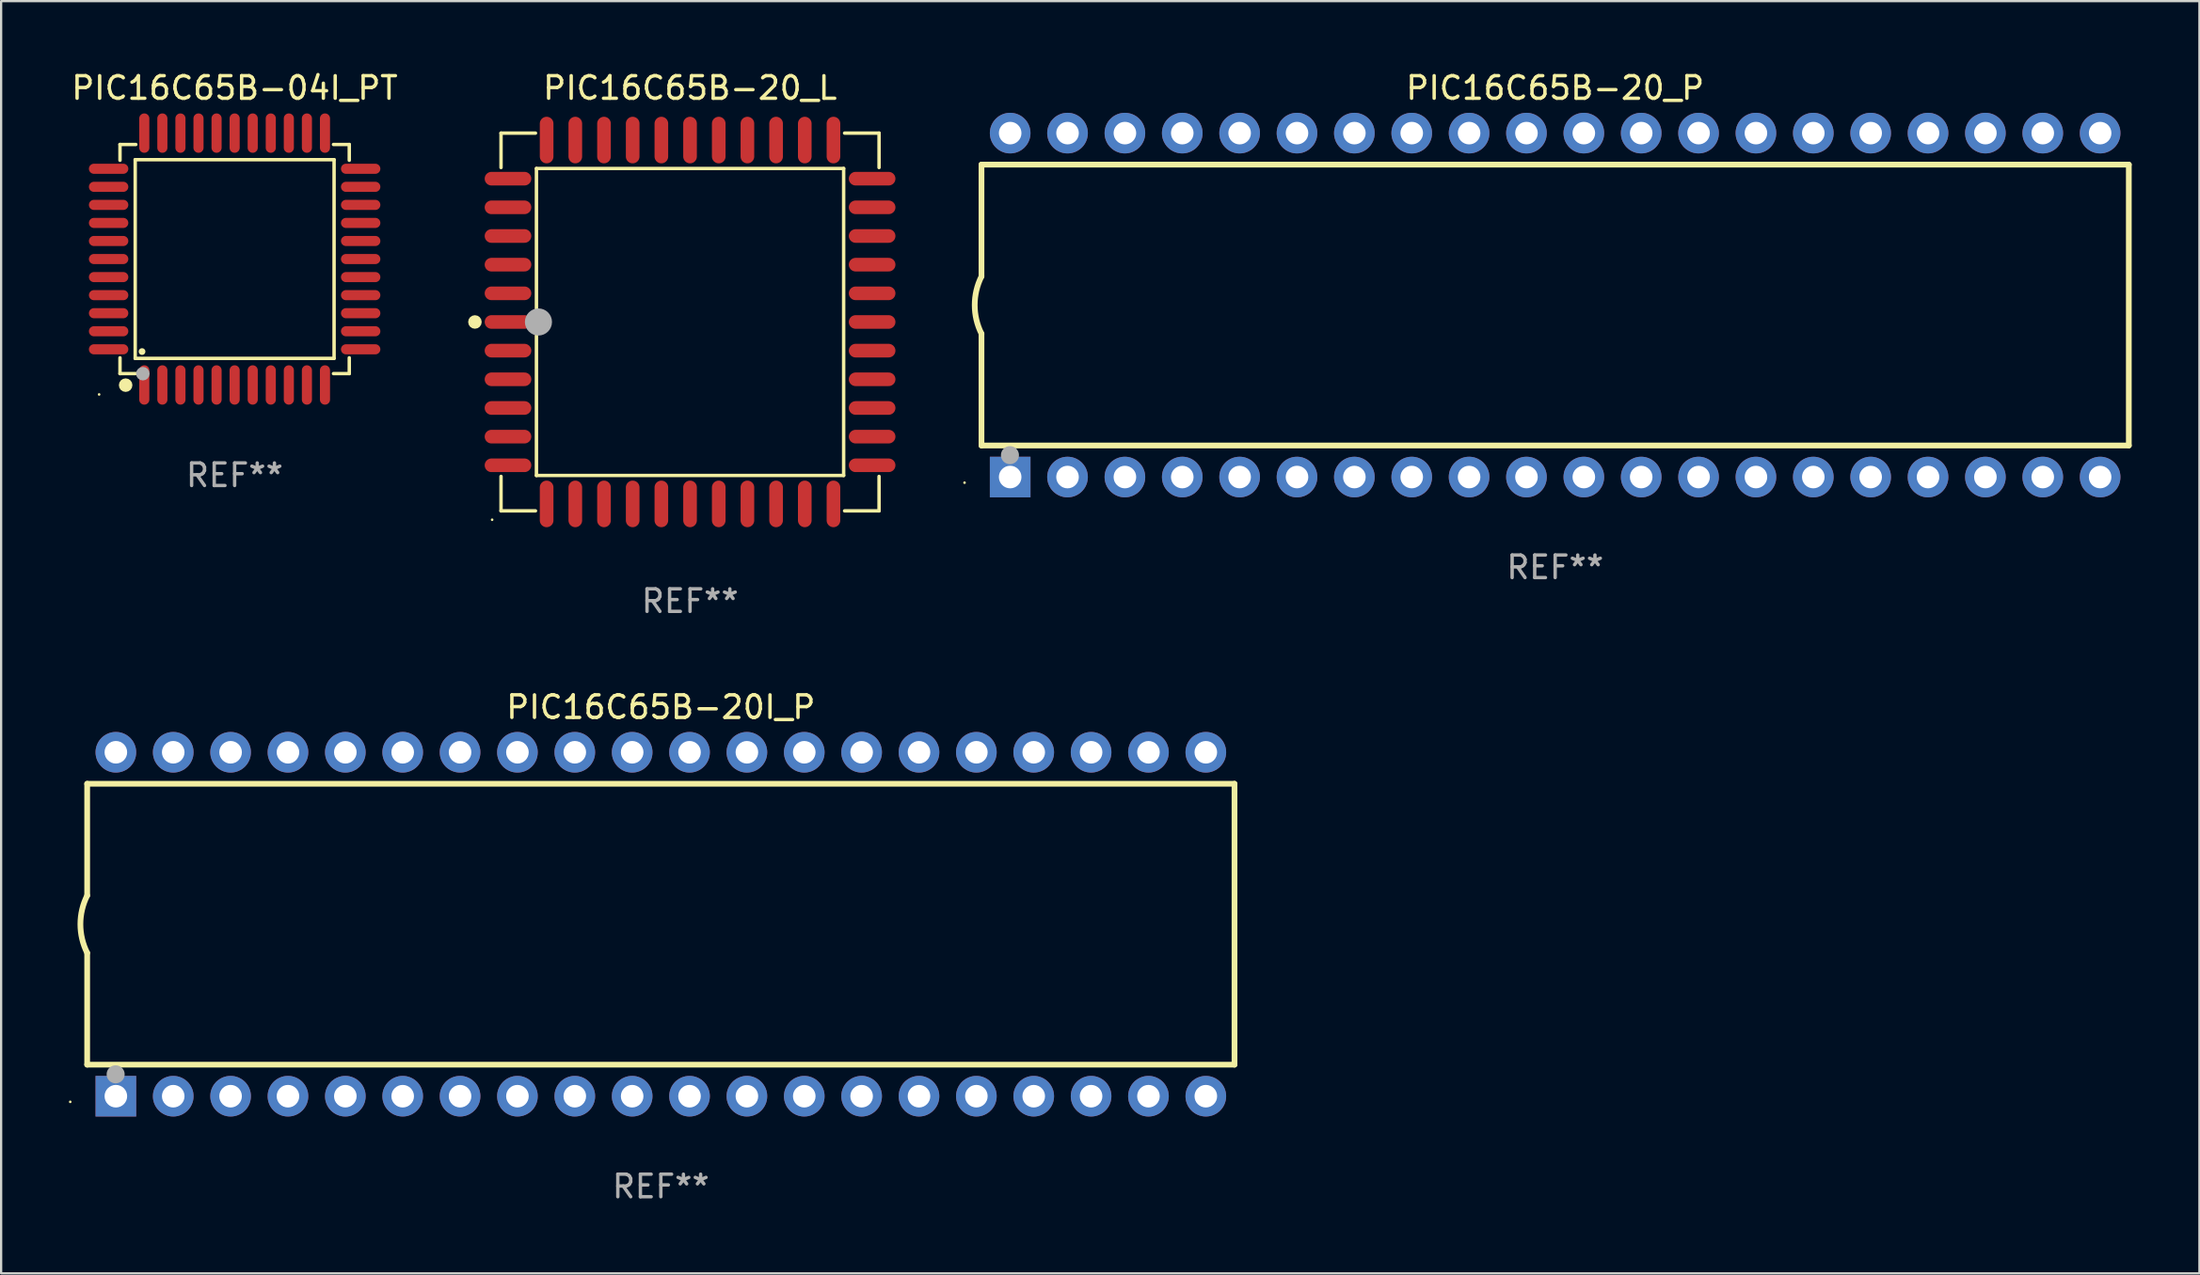
<source format=kicad_pcb>
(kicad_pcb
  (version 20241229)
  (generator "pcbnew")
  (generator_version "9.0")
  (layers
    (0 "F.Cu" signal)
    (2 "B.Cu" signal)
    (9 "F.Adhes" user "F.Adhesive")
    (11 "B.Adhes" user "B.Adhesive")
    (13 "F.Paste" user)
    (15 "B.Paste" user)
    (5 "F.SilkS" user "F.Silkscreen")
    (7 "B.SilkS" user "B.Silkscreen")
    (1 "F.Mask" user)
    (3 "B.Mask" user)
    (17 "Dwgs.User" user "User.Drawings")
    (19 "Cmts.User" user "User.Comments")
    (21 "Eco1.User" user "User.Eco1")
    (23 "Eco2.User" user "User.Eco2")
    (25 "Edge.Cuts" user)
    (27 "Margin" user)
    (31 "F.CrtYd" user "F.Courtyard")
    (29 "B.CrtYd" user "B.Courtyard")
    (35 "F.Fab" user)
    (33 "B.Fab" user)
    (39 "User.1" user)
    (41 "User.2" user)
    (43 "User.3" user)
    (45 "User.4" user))
  (footprint "PIC16C65B-20_P"
    (layer "F.Cu")
    (at 65.807 10.468)
    (property "Reference" "PIC16C65B-20_P" (at 0 -9.62 0) (layer "F.SilkS") (effects (font (size 1 1) (thickness 0.15))))
    (attr through_hole)
    (fp_line (start -25.4 -6.224) (end -25.4 -1.271) (stroke (width 0.254) (type solid)) (layer "F.SilkS"))
    (fp_line (start -25.4 -6.224) (end 25.4 -6.224) (stroke (width 0.254) (type solid)) (layer "F.SilkS"))
    (fp_line (start -25.4 1.269) (end -25.4 6.222) (stroke (width 0.254) (type solid)) (layer "F.SilkS"))
    (fp_line (start -25.4 6.222) (end 25.4 6.222) (stroke (width 0.254) (type solid)) (layer "F.SilkS"))
    (fp_line (start 25.4 6.222) (end 25.4 -6.224) (stroke (width 0.254) (type solid)) (layer "F.SilkS"))
    (fp_arc (start -25.4 1.269241) (mid -25.699807 -0.000762) (end -25.4 -1.270765) (stroke (width 0.254001) (type solid)) (layer "F.SilkS"))
    (fp_circle (center -26.15 7.87) (end -26.12 7.87) (stroke (width 0.06) (type solid)) (fill no) (layer "F.SilkS"))
    (fp_circle (center -24.14 6.65) (end -23.94 6.65) (stroke (width 0.4) (type solid)) (fill no) (layer "F.Fab"))
    (fp_text user "REF**" (at 0 11.62 0) (layer "F.Fab") (effects (font (size 1 1) (thickness 0.15))))
    (pad "1" thru_hole rect (at -24.13 7.62 90) (size 1.8 1.8) (drill 1) (layers "*.Cu" "*.Mask"))
    (pad "2" thru_hole circle (at -21.59 7.62) (size 1.8 1.8) (drill 1) (layers "*.Cu" "*.Mask"))
    (pad "3" thru_hole circle (at -19.05 7.62) (size 1.8 1.8) (drill 1) (layers "*.Cu" "*.Mask"))
    (pad "4" thru_hole circle (at -16.51 7.62) (size 1.8 1.8) (drill 1) (layers "*.Cu" "*.Mask"))
    (pad "5" thru_hole circle (at -13.97 7.62) (size 1.8 1.8) (drill 1) (layers "*.Cu" "*.Mask"))
    (pad "6" thru_hole circle (at -11.43 7.62) (size 1.8 1.8) (drill 1) (layers "*.Cu" "*.Mask"))
    (pad "7" thru_hole circle (at -8.89 7.62) (size 1.8 1.8) (drill 1) (layers "*.Cu" "*.Mask"))
    (pad "8" thru_hole circle (at -6.35 7.62) (size 1.8 1.8) (drill 1) (layers "*.Cu" "*.Mask"))
    (pad "9" thru_hole circle (at -3.81 7.62) (size 1.8 1.8) (drill 1) (layers "*.Cu" "*.Mask"))
    (pad "10" thru_hole circle (at -1.27 7.62) (size 1.8 1.8) (drill 1) (layers "*.Cu" "*.Mask"))
    (pad "11" thru_hole circle (at 1.27 7.62) (size 1.8 1.8) (drill 1) (layers "*.Cu" "*.Mask"))
    (pad "12" thru_hole circle (at 3.81 7.62) (size 1.8 1.8) (drill 1) (layers "*.Cu" "*.Mask"))
    (pad "13" thru_hole circle (at 6.35 7.62) (size 1.8 1.8) (drill 1) (layers "*.Cu" "*.Mask"))
    (pad "14" thru_hole circle (at 8.89 7.62) (size 1.8 1.8) (drill 1) (layers "*.Cu" "*.Mask"))
    (pad "15" thru_hole circle (at 11.43 7.62) (size 1.8 1.8) (drill 1) (layers "*.Cu" "*.Mask"))
    (pad "16" thru_hole circle (at 13.97 7.62) (size 1.8 1.8) (drill 1) (layers "*.Cu" "*.Mask"))
    (pad "17" thru_hole circle (at 16.51 7.62) (size 1.8 1.8) (drill 1) (layers "*.Cu" "*.Mask"))
    (pad "18" thru_hole circle (at 19.05 7.62) (size 1.8 1.8) (drill 1) (layers "*.Cu" "*.Mask"))
    (pad "19" thru_hole circle (at 21.59 7.62) (size 1.8 1.8) (drill 1) (layers "*.Cu" "*.Mask"))
    (pad "20" thru_hole circle (at 24.13 7.62) (size 1.8 1.8) (drill 1) (layers "*.Cu" "*.Mask"))
    (pad "21" thru_hole circle (at 24.13 -7.62) (size 1.8 1.8) (drill 1) (layers "*.Cu" "*.Mask"))
    (pad "22" thru_hole circle (at 21.59 -7.62) (size 1.8 1.8) (drill 1) (layers "*.Cu" "*.Mask"))
    (pad "23" thru_hole circle (at 19.05 -7.62) (size 1.8 1.8) (drill 1) (layers "*.Cu" "*.Mask"))
    (pad "24" thru_hole circle (at 16.51 -7.62) (size 1.8 1.8) (drill 1) (layers "*.Cu" "*.Mask"))
    (pad "25" thru_hole circle (at 13.97 -7.62) (size 1.8 1.8) (drill 1) (layers "*.Cu" "*.Mask"))
    (pad "26" thru_hole circle (at 11.43 -7.62) (size 1.8 1.8) (drill 1) (layers "*.Cu" "*.Mask"))
    (pad "27" thru_hole circle (at 8.89 -7.62) (size 1.8 1.8) (drill 1) (layers "*.Cu" "*.Mask"))
    (pad "28" thru_hole circle (at 6.35 -7.62) (size 1.8 1.8) (drill 1) (layers "*.Cu" "*.Mask"))
    (pad "29" thru_hole circle (at 3.81 -7.62) (size 1.8 1.8) (drill 1) (layers "*.Cu" "*.Mask"))
    (pad "30" thru_hole circle (at 1.27 -7.62) (size 1.8 1.8) (drill 1) (layers "*.Cu" "*.Mask"))
    (pad "31" thru_hole circle (at -1.27 -7.62) (size 1.8 1.8) (drill 1) (layers "*.Cu" "*.Mask"))
    (pad "32" thru_hole circle (at -3.81 -7.62) (size 1.8 1.8) (drill 1) (layers "*.Cu" "*.Mask"))
    (pad "33" thru_hole circle (at -6.35 -7.62) (size 1.8 1.8) (drill 1) (layers "*.Cu" "*.Mask"))
    (pad "34" thru_hole circle (at -8.89 -7.62) (size 1.8 1.8) (drill 1) (layers "*.Cu" "*.Mask"))
    (pad "35" thru_hole circle (at -11.43 -7.62) (size 1.8 1.8) (drill 1) (layers "*.Cu" "*.Mask"))
    (pad "36" thru_hole circle (at -13.97 -7.62) (size 1.8 1.8) (drill 1) (layers "*.Cu" "*.Mask"))
    (pad "37" thru_hole circle (at -16.51 -7.62) (size 1.8 1.8) (drill 1) (layers "*.Cu" "*.Mask"))
    (pad "38" thru_hole circle (at -19.05 -7.62) (size 1.8 1.8) (drill 1) (layers "*.Cu" "*.Mask"))
    (pad "39" thru_hole circle (at -21.59 -7.62) (size 1.8 1.8) (drill 1) (layers "*.Cu" "*.Mask"))
    (pad "40" thru_hole circle (at -24.13 -7.62) (size 1.8 1.8) (drill 1) (layers "*.Cu" "*.Mask")))
  (footprint "PIC16C65B-20I_P"
    (layer "F.Cu")
    (at 26.21 37.903)
    (property "Reference" "PIC16C65B-20I_P" (at 0 -9.62 0) (layer "F.SilkS") (effects (font (size 1 1) (thickness 0.15))))
    (attr through_hole)
    (fp_line (start -25.4 -6.224) (end -25.4 -1.271) (stroke (width 0.254) (type solid)) (layer "F.SilkS"))
    (fp_line (start -25.4 -6.224) (end 25.4 -6.224) (stroke (width 0.254) (type solid)) (layer "F.SilkS"))
    (fp_line (start -25.4 1.269) (end -25.4 6.222) (stroke (width 0.254) (type solid)) (layer "F.SilkS"))
    (fp_line (start -25.4 6.222) (end 25.4 6.222) (stroke (width 0.254) (type solid)) (layer "F.SilkS"))
    (fp_line (start 25.4 6.222) (end 25.4 -6.224) (stroke (width 0.254) (type solid)) (layer "F.SilkS"))
    (fp_arc (start -25.4 1.269241) (mid -25.699807 -0.000762) (end -25.4 -1.270765) (stroke (width 0.254001) (type solid)) (layer "F.SilkS"))
    (fp_circle (center -26.15 7.87) (end -26.12 7.87) (stroke (width 0.06) (type solid)) (fill no) (layer "F.SilkS"))
    (fp_circle (center -24.14 6.65) (end -23.94 6.65) (stroke (width 0.4) (type solid)) (fill no) (layer "F.Fab"))
    (fp_text user "REF**" (at 0 11.62 0) (layer "F.Fab") (effects (font (size 1 1) (thickness 0.15))))
    (pad "1" thru_hole rect (at -24.13 7.62 90) (size 1.8 1.8) (drill 1) (layers "*.Cu" "*.Mask"))
    (pad "2" thru_hole circle (at -21.59 7.62) (size 1.8 1.8) (drill 1) (layers "*.Cu" "*.Mask"))
    (pad "3" thru_hole circle (at -19.05 7.62) (size 1.8 1.8) (drill 1) (layers "*.Cu" "*.Mask"))
    (pad "4" thru_hole circle (at -16.51 7.62) (size 1.8 1.8) (drill 1) (layers "*.Cu" "*.Mask"))
    (pad "5" thru_hole circle (at -13.97 7.62) (size 1.8 1.8) (drill 1) (layers "*.Cu" "*.Mask"))
    (pad "6" thru_hole circle (at -11.43 7.62) (size 1.8 1.8) (drill 1) (layers "*.Cu" "*.Mask"))
    (pad "7" thru_hole circle (at -8.89 7.62) (size 1.8 1.8) (drill 1) (layers "*.Cu" "*.Mask"))
    (pad "8" thru_hole circle (at -6.35 7.62) (size 1.8 1.8) (drill 1) (layers "*.Cu" "*.Mask"))
    (pad "9" thru_hole circle (at -3.81 7.62) (size 1.8 1.8) (drill 1) (layers "*.Cu" "*.Mask"))
    (pad "10" thru_hole circle (at -1.27 7.62) (size 1.8 1.8) (drill 1) (layers "*.Cu" "*.Mask"))
    (pad "11" thru_hole circle (at 1.27 7.62) (size 1.8 1.8) (drill 1) (layers "*.Cu" "*.Mask"))
    (pad "12" thru_hole circle (at 3.81 7.62) (size 1.8 1.8) (drill 1) (layers "*.Cu" "*.Mask"))
    (pad "13" thru_hole circle (at 6.35 7.62) (size 1.8 1.8) (drill 1) (layers "*.Cu" "*.Mask"))
    (pad "14" thru_hole circle (at 8.89 7.62) (size 1.8 1.8) (drill 1) (layers "*.Cu" "*.Mask"))
    (pad "15" thru_hole circle (at 11.43 7.62) (size 1.8 1.8) (drill 1) (layers "*.Cu" "*.Mask"))
    (pad "16" thru_hole circle (at 13.97 7.62) (size 1.8 1.8) (drill 1) (layers "*.Cu" "*.Mask"))
    (pad "17" thru_hole circle (at 16.51 7.62) (size 1.8 1.8) (drill 1) (layers "*.Cu" "*.Mask"))
    (pad "18" thru_hole circle (at 19.05 7.62) (size 1.8 1.8) (drill 1) (layers "*.Cu" "*.Mask"))
    (pad "19" thru_hole circle (at 21.59 7.62) (size 1.8 1.8) (drill 1) (layers "*.Cu" "*.Mask"))
    (pad "20" thru_hole circle (at 24.13 7.62) (size 1.8 1.8) (drill 1) (layers "*.Cu" "*.Mask"))
    (pad "21" thru_hole circle (at 24.13 -7.62) (size 1.8 1.8) (drill 1) (layers "*.Cu" "*.Mask"))
    (pad "22" thru_hole circle (at 21.59 -7.62) (size 1.8 1.8) (drill 1) (layers "*.Cu" "*.Mask"))
    (pad "23" thru_hole circle (at 19.05 -7.62) (size 1.8 1.8) (drill 1) (layers "*.Cu" "*.Mask"))
    (pad "24" thru_hole circle (at 16.51 -7.62) (size 1.8 1.8) (drill 1) (layers "*.Cu" "*.Mask"))
    (pad "25" thru_hole circle (at 13.97 -7.62) (size 1.8 1.8) (drill 1) (layers "*.Cu" "*.Mask"))
    (pad "26" thru_hole circle (at 11.43 -7.62) (size 1.8 1.8) (drill 1) (layers "*.Cu" "*.Mask"))
    (pad "27" thru_hole circle (at 8.89 -7.62) (size 1.8 1.8) (drill 1) (layers "*.Cu" "*.Mask"))
    (pad "28" thru_hole circle (at 6.35 -7.62) (size 1.8 1.8) (drill 1) (layers "*.Cu" "*.Mask"))
    (pad "29" thru_hole circle (at 3.81 -7.62) (size 1.8 1.8) (drill 1) (layers "*.Cu" "*.Mask"))
    (pad "30" thru_hole circle (at 1.27 -7.62) (size 1.8 1.8) (drill 1) (layers "*.Cu" "*.Mask"))
    (pad "31" thru_hole circle (at -1.27 -7.62) (size 1.8 1.8) (drill 1) (layers "*.Cu" "*.Mask"))
    (pad "32" thru_hole circle (at -3.81 -7.62) (size 1.8 1.8) (drill 1) (layers "*.Cu" "*.Mask"))
    (pad "33" thru_hole circle (at -6.35 -7.62) (size 1.8 1.8) (drill 1) (layers "*.Cu" "*.Mask"))
    (pad "34" thru_hole circle (at -8.89 -7.62) (size 1.8 1.8) (drill 1) (layers "*.Cu" "*.Mask"))
    (pad "35" thru_hole circle (at -11.43 -7.62) (size 1.8 1.8) (drill 1) (layers "*.Cu" "*.Mask"))
    (pad "36" thru_hole circle (at -13.97 -7.62) (size 1.8 1.8) (drill 1) (layers "*.Cu" "*.Mask"))
    (pad "37" thru_hole circle (at -16.51 -7.62) (size 1.8 1.8) (drill 1) (layers "*.Cu" "*.Mask"))
    (pad "38" thru_hole circle (at -19.05 -7.62) (size 1.8 1.8) (drill 1) (layers "*.Cu" "*.Mask"))
    (pad "39" thru_hole circle (at -21.59 -7.62) (size 1.8 1.8) (drill 1) (layers "*.Cu" "*.Mask"))
    (pad "40" thru_hole circle (at -24.13 -7.62) (size 1.8 1.8) (drill 1) (layers "*.Cu" "*.Mask")))
  (footprint "PIC16C65B-04I_PT"
    (layer "F.Cu")
    (at 7.339 8.428)
    (property "Reference" "PIC16C65B-04I_PT" (at 0 -7.58 0) (layer "F.SilkS") (effects (font (size 1 1) (thickness 0.15))))
    (attr through_hole)
    (fp_line (start -5.076 -5.076) (end -5.076 -4.376) (stroke (width 0.152) (type solid)) (layer "F.SilkS"))
    (fp_line (start -5.076 5.076) (end -5.076 4.376) (stroke (width 0.152) (type solid)) (layer "F.SilkS"))
    (fp_line (start -4.403 -4.403) (end 4.403 -4.403) (stroke (width 0.152) (type solid)) (layer "F.SilkS"))
    (fp_line (start -4.403 4.403) (end -4.403 -4.403) (stroke (width 0.152) (type solid)) (layer "F.SilkS"))
    (fp_line (start -4.376 -5.076) (end -5.076 -5.076) (stroke (width 0.152) (type solid)) (layer "F.SilkS"))
    (fp_line (start -4.376 5.076) (end -5.076 5.076) (stroke (width 0.152) (type solid)) (layer "F.SilkS"))
    (fp_line (start 4.376 -5.076) (end 5.076 -5.076) (stroke (width 0.152) (type solid)) (layer "F.SilkS"))
    (fp_line (start 4.376 5.076) (end 5.076 5.076) (stroke (width 0.152) (type solid)) (layer "F.SilkS"))
    (fp_line (start 4.403 -4.403) (end 4.403 4.403) (stroke (width 0.152) (type solid)) (layer "F.SilkS"))
    (fp_line (start 4.403 4.403) (end -4.403 4.403) (stroke (width 0.152) (type solid)) (layer "F.SilkS"))
    (fp_line (start 5.076 -5.076) (end 5.076 -4.376) (stroke (width 0.152) (type solid)) (layer "F.SilkS"))
    (fp_line (start 5.076 5.076) (end 5.076 4.376) (stroke (width 0.152) (type solid)) (layer "F.SilkS"))
    (fp_circle (center -6 6) (end -5.97 6) (stroke (width 0.06) (type solid)) (fill no) (layer "F.SilkS"))
    (fp_circle (center -4.826 5.588) (end -4.676 5.588) (stroke (width 0.3) (type solid)) (fill no) (layer "F.SilkS"))
    (fp_circle (center -4.1 4.1) (end -4.025 4.1) (stroke (width 0.15) (type solid)) (fill no) (layer "F.SilkS"))
    (fp_circle (center -4.064 5.08) (end -3.914 5.08) (stroke (width 0.3) (type solid)) (fill no) (layer "F.Fab"))
    (fp_text user "REF**" (at 0 9.58 0) (layer "F.Fab") (effects (font (size 1 1) (thickness 0.15))))
    (pad "1" smd oval (at -4 5.58) (size 0.448 1.745) (layers "F.Cu" "F.Mask" "F.Paste"))
    (pad "2" smd oval (at -3.2 5.58) (size 0.448 1.745) (layers "F.Cu" "F.Mask" "F.Paste"))
    (pad "3" smd oval (at -2.4 5.58) (size 0.448 1.745) (layers "F.Cu" "F.Mask" "F.Paste"))
    (pad "4" smd oval (at -1.6 5.58) (size 0.448 1.745) (layers "F.Cu" "F.Mask" "F.Paste"))
    (pad "5" smd oval (at -0.8 5.58) (size 0.448 1.745) (layers "F.Cu" "F.Mask" "F.Paste"))
    (pad "6" smd oval (at 0 5.58) (size 0.448 1.745) (layers "F.Cu" "F.Mask" "F.Paste"))
    (pad "7" smd oval (at 0.8 5.58) (size 0.448 1.745) (layers "F.Cu" "F.Mask" "F.Paste"))
    (pad "8" smd oval (at 1.6 5.58) (size 0.448 1.745) (layers "F.Cu" "F.Mask" "F.Paste"))
    (pad "9" smd oval (at 2.4 5.58) (size 0.448 1.745) (layers "F.Cu" "F.Mask" "F.Paste"))
    (pad "10" smd oval (at 3.2 5.58) (size 0.448 1.745) (layers "F.Cu" "F.Mask" "F.Paste"))
    (pad "11" smd oval (at 4 5.58) (size 0.448 1.745) (layers "F.Cu" "F.Mask" "F.Paste"))
    (pad "12" smd oval (at 5.58 4) (size 1.745 0.448) (layers "F.Cu" "F.Mask" "F.Paste"))
    (pad "13" smd oval (at 5.58 3.2) (size 1.745 0.448) (layers "F.Cu" "F.Mask" "F.Paste"))
    (pad "14" smd oval (at 5.58 2.4) (size 1.745 0.448) (layers "F.Cu" "F.Mask" "F.Paste"))
    (pad "15" smd oval (at 5.58 1.6) (size 1.745 0.448) (layers "F.Cu" "F.Mask" "F.Paste"))
    (pad "16" smd oval (at 5.58 0.8) (size 1.745 0.448) (layers "F.Cu" "F.Mask" "F.Paste"))
    (pad "17" smd oval (at 5.58 0) (size 1.745 0.448) (layers "F.Cu" "F.Mask" "F.Paste"))
    (pad "18" smd oval (at 5.58 -0.8) (size 1.745 0.448) (layers "F.Cu" "F.Mask" "F.Paste"))
    (pad "19" smd oval (at 5.58 -1.6) (size 1.745 0.448) (layers "F.Cu" "F.Mask" "F.Paste"))
    (pad "20" smd oval (at 5.58 -2.4) (size 1.745 0.448) (layers "F.Cu" "F.Mask" "F.Paste"))
    (pad "21" smd oval (at 5.58 -3.2) (size 1.745 0.448) (layers "F.Cu" "F.Mask" "F.Paste"))
    (pad "22" smd oval (at 5.58 -4) (size 1.745 0.448) (layers "F.Cu" "F.Mask" "F.Paste"))
    (pad "23" smd oval (at 4 -5.58) (size 0.448 1.745) (layers "F.Cu" "F.Mask" "F.Paste"))
    (pad "24" smd oval (at 3.2 -5.58) (size 0.448 1.745) (layers "F.Cu" "F.Mask" "F.Paste"))
    (pad "25" smd oval (at 2.4 -5.58) (size 0.448 1.745) (layers "F.Cu" "F.Mask" "F.Paste"))
    (pad "26" smd oval (at 1.6 -5.58) (size 0.448 1.745) (layers "F.Cu" "F.Mask" "F.Paste"))
    (pad "27" smd oval (at 0.8 -5.58) (size 0.448 1.745) (layers "F.Cu" "F.Mask" "F.Paste"))
    (pad "28" smd oval (at 0 -5.58) (size 0.448 1.745) (layers "F.Cu" "F.Mask" "F.Paste"))
    (pad "29" smd oval (at -0.8 -5.58) (size 0.448 1.745) (layers "F.Cu" "F.Mask" "F.Paste"))
    (pad "30" smd oval (at -1.6 -5.58) (size 0.448 1.745) (layers "F.Cu" "F.Mask" "F.Paste"))
    (pad "31" smd oval (at -2.4 -5.58) (size 0.448 1.745) (layers "F.Cu" "F.Mask" "F.Paste"))
    (pad "32" smd oval (at -3.2 -5.58) (size 0.448 1.745) (layers "F.Cu" "F.Mask" "F.Paste"))
    (pad "33" smd oval (at -4 -5.58) (size 0.448 1.745) (layers "F.Cu" "F.Mask" "F.Paste"))
    (pad "34" smd oval (at -5.58 -4) (size 1.745 0.448) (layers "F.Cu" "F.Mask" "F.Paste"))
    (pad "35" smd oval (at -5.58 -3.2) (size 1.745 0.448) (layers "F.Cu" "F.Mask" "F.Paste"))
    (pad "36" smd oval (at -5.58 -2.4) (size 1.745 0.448) (layers "F.Cu" "F.Mask" "F.Paste"))
    (pad "37" smd oval (at -5.58 -1.6) (size 1.745 0.448) (layers "F.Cu" "F.Mask" "F.Paste"))
    (pad "38" smd oval (at -5.58 -0.8) (size 1.745 0.448) (layers "F.Cu" "F.Mask" "F.Paste"))
    (pad "39" smd oval (at -5.58 0) (size 1.745 0.448) (layers "F.Cu" "F.Mask" "F.Paste"))
    (pad "40" smd oval (at -5.58 0.8) (size 1.745 0.448) (layers "F.Cu" "F.Mask" "F.Paste"))
    (pad "41" smd oval (at -5.58 1.6) (size 1.745 0.448) (layers "F.Cu" "F.Mask" "F.Paste"))
    (pad "42" smd oval (at -5.58 2.4) (size 1.745 0.448) (layers "F.Cu" "F.Mask" "F.Paste"))
    (pad "43" smd oval (at -5.58 3.2) (size 1.745 0.448) (layers "F.Cu" "F.Mask" "F.Paste"))
    (pad "44" smd oval (at -5.58 4) (size 1.745 0.448) (layers "F.Cu" "F.Mask" "F.Paste")))
  (footprint "PIC16C65B-20_L"
    (layer "F.Cu")
    (at 27.503 11.217)
    (property "Reference" "PIC16C65B-20_L" (at 0 -10.369 0) (layer "F.SilkS") (effects (font (size 1 1) (thickness 0.15))))
    (attr through_hole)
    (fp_line (start -8.369 -8.369) (end -6.843 -8.369) (stroke (width 0.152) (type solid)) (layer "F.SilkS"))
    (fp_line (start -8.369 -6.843) (end -8.369 -8.369) (stroke (width 0.152) (type solid)) (layer "F.SilkS"))
    (fp_line (start -8.369 6.843) (end -8.369 8.369) (stroke (width 0.152) (type solid)) (layer "F.SilkS"))
    (fp_line (start -8.369 8.369) (end -6.843 8.369) (stroke (width 0.152) (type solid)) (layer "F.SilkS"))
    (fp_line (start -6.801 -6.801) (end 6.801 -6.801) (stroke (width 0.152) (type solid)) (layer "F.SilkS"))
    (fp_line (start -6.801 6.801) (end -6.801 -6.801) (stroke (width 0.152) (type solid)) (layer "F.SilkS"))
    (fp_line (start 6.801 -6.801) (end 6.801 6.801) (stroke (width 0.152) (type solid)) (layer "F.SilkS"))
    (fp_line (start 6.801 6.801) (end -6.801 6.801) (stroke (width 0.152) (type solid)) (layer "F.SilkS"))
    (fp_line (start 8.369 -8.369) (end 6.843 -8.369) (stroke (width 0.152) (type solid)) (layer "F.SilkS"))
    (fp_line (start 8.369 -6.843) (end 8.369 -8.369) (stroke (width 0.152) (type solid)) (layer "F.SilkS"))
    (fp_line (start 8.369 6.843) (end 8.369 8.369) (stroke (width 0.152) (type solid)) (layer "F.SilkS"))
    (fp_line (start 8.369 8.369) (end 6.843 8.369) (stroke (width 0.152) (type solid)) (layer "F.SilkS"))
    (fp_circle (center -9.525 -0.000127) (end -9.375 -0.000127) (stroke (width 0.3) (type solid)) (fill no) (layer "F.SilkS"))
    (fp_circle (center -8.763 8.763) (end -8.733 8.763) (stroke (width 0.06) (type solid)) (fill no) (layer "F.SilkS"))
    (fp_circle (center -6.712 -0.000127) (end -6.412 -0.000127) (stroke (width 0.6) (type solid)) (fill no) (layer "F.Fab"))
    (fp_text user "REF**" (at 0 12.369 0) (layer "F.Fab") (effects (font (size 1 1) (thickness 0.15))))
    (pad "1" smd oval (at -8.061 -0.000127 90) (size 0.604 2.064) (layers "F.Cu" "F.Mask" "F.Paste"))
    (pad "2" smd oval (at -8.061 1.27 90) (size 0.604 2.064) (layers "F.Cu" "F.Mask" "F.Paste"))
    (pad "3" smd oval (at -8.061 2.54 90) (size 0.604 2.064) (layers "F.Cu" "F.Mask" "F.Paste"))
    (pad "4" smd oval (at -8.061 3.81 90) (size 0.604 2.064) (layers "F.Cu" "F.Mask" "F.Paste"))
    (pad "5" smd oval (at -8.061 5.08 90) (size 0.604 2.064) (layers "F.Cu" "F.Mask" "F.Paste"))
    (pad "6" smd oval (at -8.061 6.35 90) (size 0.604 2.064) (layers "F.Cu" "F.Mask" "F.Paste"))
    (pad "7" smd oval (at -6.35 8.061 90) (size 2.064 0.604) (layers "F.Cu" "F.Mask" "F.Paste"))
    (pad "8" smd oval (at -5.08 8.061 90) (size 2.064 0.604) (layers "F.Cu" "F.Mask" "F.Paste"))
    (pad "9" smd oval (at -3.81 8.061 90) (size 2.064 0.604) (layers "F.Cu" "F.Mask" "F.Paste"))
    (pad "10" smd oval (at -2.54 8.061 90) (size 2.064 0.604) (layers "F.Cu" "F.Mask" "F.Paste"))
    (pad "11" smd oval (at -1.27 8.061 90) (size 2.064 0.604) (layers "F.Cu" "F.Mask" "F.Paste"))
    (pad "12" smd oval (at 0.000076 8.061 90) (size 2.064 0.604) (layers "F.Cu" "F.Mask" "F.Paste"))
    (pad "13" smd oval (at 1.27 8.061 90) (size 2.064 0.604) (layers "F.Cu" "F.Mask" "F.Paste"))
    (pad "14" smd oval (at 2.54 8.061 90) (size 2.064 0.604) (layers "F.Cu" "F.Mask" "F.Paste"))
    (pad "15" smd oval (at 3.81 8.061 90) (size 2.064 0.604) (layers "F.Cu" "F.Mask" "F.Paste"))
    (pad "16" smd oval (at 5.08 8.061 90) (size 2.064 0.604) (layers "F.Cu" "F.Mask" "F.Paste"))
    (pad "17" smd oval (at 6.35 8.061 90) (size 2.064 0.604) (layers "F.Cu" "F.Mask" "F.Paste"))
    (pad "18" smd oval (at 8.062 6.35 90) (size 0.604 2.064) (layers "F.Cu" "F.Mask" "F.Paste"))
    (pad "19" smd oval (at 8.062 5.08 90) (size 0.604 2.064) (layers "F.Cu" "F.Mask" "F.Paste"))
    (pad "20" smd oval (at 8.062 3.81 90) (size 0.604 2.064) (layers "F.Cu" "F.Mask" "F.Paste"))
    (pad "21" smd oval (at 8.062 2.54 90) (size 0.604 2.064) (layers "F.Cu" "F.Mask" "F.Paste"))
    (pad "22" smd oval (at 8.062 1.27 90) (size 0.604 2.064) (layers "F.Cu" "F.Mask" "F.Paste"))
    (pad "23" smd oval (at 8.062 -0.000127 90) (size 0.604 2.064) (layers "F.Cu" "F.Mask" "F.Paste"))
    (pad "24" smd oval (at 8.062 -1.27 90) (size 0.604 2.064) (layers "F.Cu" "F.Mask" "F.Paste"))
    (pad "25" smd oval (at 8.062 -2.54 90) (size 0.604 2.064) (layers "F.Cu" "F.Mask" "F.Paste"))
    (pad "26" smd oval (at 8.062 -3.81 90) (size 0.604 2.064) (layers "F.Cu" "F.Mask" "F.Paste"))
    (pad "27" smd oval (at 8.062 -5.08 90) (size 0.604 2.064) (layers "F.Cu" "F.Mask" "F.Paste"))
    (pad "28" smd oval (at 8.062 -6.35 90) (size 0.604 2.064) (layers "F.Cu" "F.Mask" "F.Paste"))
    (pad "29" smd oval (at 6.35 -8.061 90) (size 2.064 0.604) (layers "F.Cu" "F.Mask" "F.Paste"))
    (pad "30" smd oval (at 5.08 -8.061 90) (size 2.064 0.604) (layers "F.Cu" "F.Mask" "F.Paste"))
    (pad "31" smd oval (at 3.81 -8.061 90) (size 2.064 0.604) (layers "F.Cu" "F.Mask" "F.Paste"))
    (pad "32" smd oval (at 2.54 -8.061 90) (size 2.064 0.604) (layers "F.Cu" "F.Mask" "F.Paste"))
    (pad "33" smd oval (at 1.27 -8.061 90) (size 2.064 0.604) (layers "F.Cu" "F.Mask" "F.Paste"))
    (pad "34" smd oval (at 0.000076 -8.061 90) (size 2.064 0.604) (layers "F.Cu" "F.Mask" "F.Paste"))
    (pad "35" smd oval (at -1.27 -8.061 90) (size 2.064 0.604) (layers "F.Cu" "F.Mask" "F.Paste"))
    (pad "36" smd oval (at -2.54 -8.061 90) (size 2.064 0.604) (layers "F.Cu" "F.Mask" "F.Paste"))
    (pad "37" smd oval (at -3.81 -8.061 90) (size 2.064 0.604) (layers "F.Cu" "F.Mask" "F.Paste"))
    (pad "38" smd oval (at -5.08 -8.061 90) (size 2.064 0.604) (layers "F.Cu" "F.Mask" "F.Paste"))
    (pad "39" smd oval (at -6.35 -8.061 90) (size 2.064 0.604) (layers "F.Cu" "F.Mask" "F.Paste"))
    (pad "40" smd oval (at -8.061 -6.35 90) (size 0.604 2.064) (layers "F.Cu" "F.Mask" "F.Paste"))
    (pad "41" smd oval (at -8.061 -5.08 90) (size 0.604 2.064) (layers "F.Cu" "F.Mask" "F.Paste"))
    (pad "42" smd oval (at -8.061 -3.81 90) (size 0.604 2.064) (layers "F.Cu" "F.Mask" "F.Paste"))
    (pad "43" smd oval (at -8.061 -2.54 90) (size 0.604 2.064) (layers "F.Cu" "F.Mask" "F.Paste"))
    (pad "44" smd oval (at -8.061 -1.27 90) (size 0.604 2.064) (layers "F.Cu" "F.Mask" "F.Paste")))
  (gr_rect
    (start -3 -3)
    (end 94.334 53.372)
    (stroke (width 0.1) (type default))
    (fill no)
    (layer "Edge.Cuts")))
</source>
